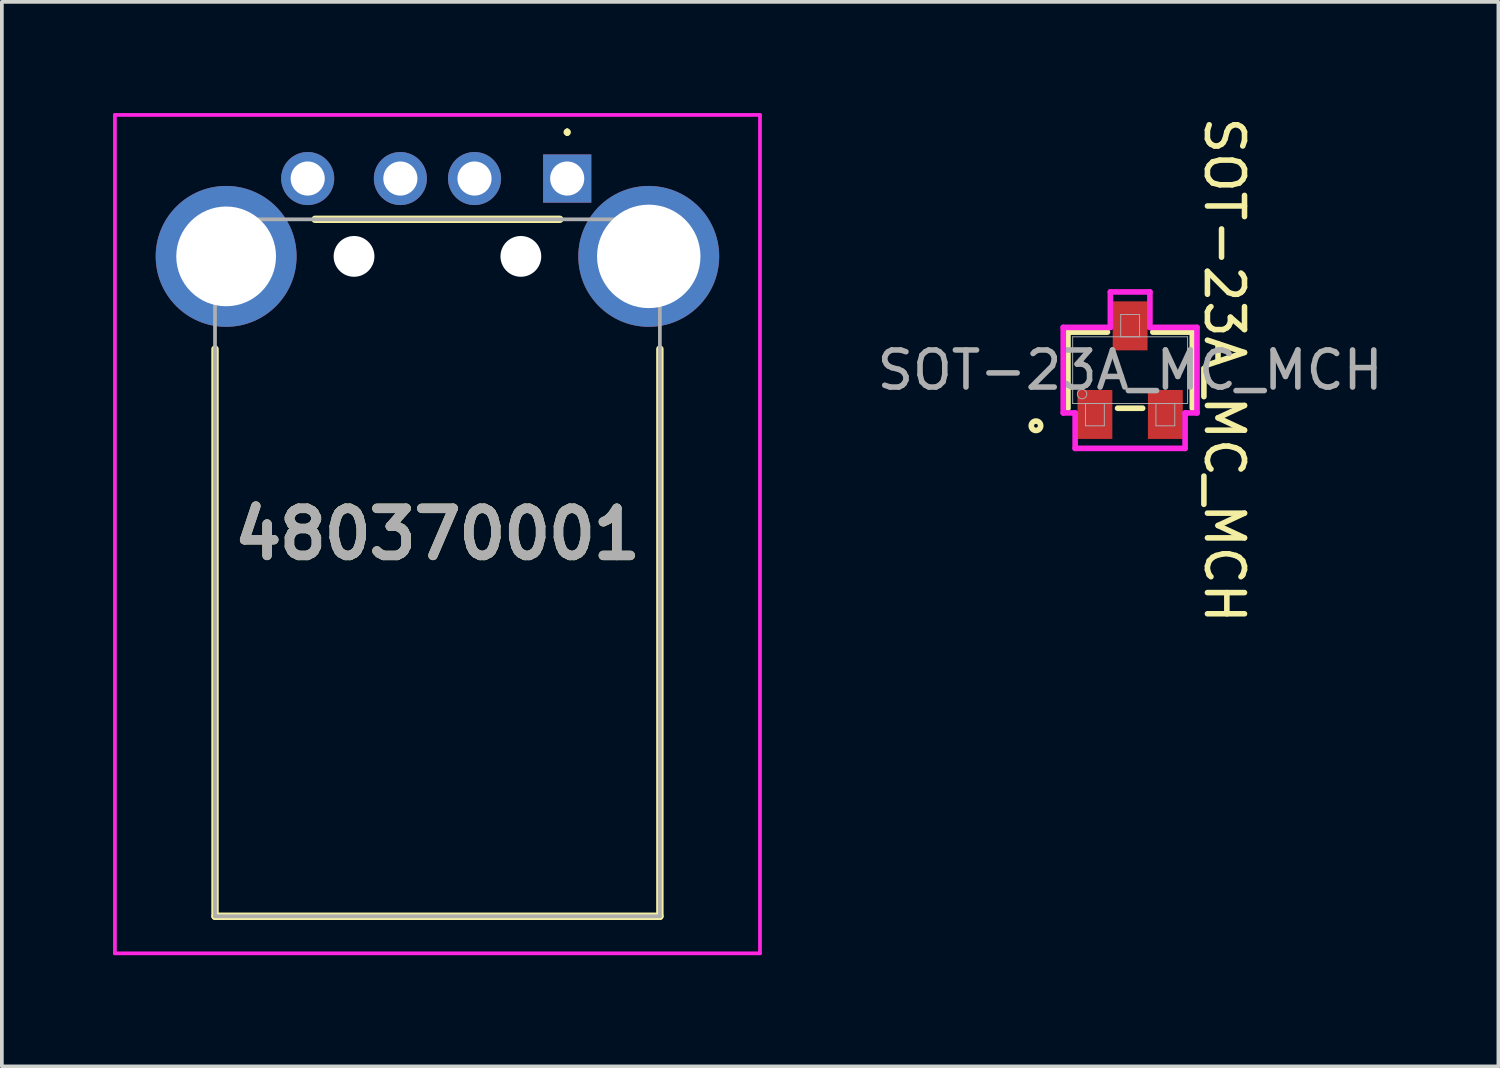
<source format=kicad_pcb>
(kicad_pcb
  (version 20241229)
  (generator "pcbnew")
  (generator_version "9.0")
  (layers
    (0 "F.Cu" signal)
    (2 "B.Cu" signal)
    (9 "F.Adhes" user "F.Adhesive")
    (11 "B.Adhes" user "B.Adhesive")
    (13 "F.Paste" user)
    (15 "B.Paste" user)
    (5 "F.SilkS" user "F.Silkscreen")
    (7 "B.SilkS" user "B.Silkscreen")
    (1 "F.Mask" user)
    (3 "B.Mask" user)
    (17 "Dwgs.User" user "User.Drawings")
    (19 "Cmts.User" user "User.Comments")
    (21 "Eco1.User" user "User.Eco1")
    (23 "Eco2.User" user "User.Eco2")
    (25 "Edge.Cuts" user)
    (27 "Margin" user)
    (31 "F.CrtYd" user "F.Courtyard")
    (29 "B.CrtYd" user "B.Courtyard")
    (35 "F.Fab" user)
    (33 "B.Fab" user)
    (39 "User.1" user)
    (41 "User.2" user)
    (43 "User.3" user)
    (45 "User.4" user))
  (footprint "480370001"
    (layer "F.Cu")
    (at 12.25 1.766)
    (property "Reference" "480370001" (at -3.5 9.592 0) (layer "F.SilkS") (effects (font (size 1.27 1.27) (thickness 0.254))))
    (attr through_hole)
    (fp_line (start -9.5 4.6) (end -9.5 19.9) (stroke (width 0.2) (type solid)) (layer "F.SilkS"))
    (fp_line (start -9.5 19.9) (end 2.5 19.9) (stroke (width 0.2) (type solid)) (layer "F.SilkS"))
    (fp_line (start -6.8 1.1) (end -0.2 1.1) (stroke (width 0.2) (type solid)) (layer "F.SilkS"))
    (fp_line (start 0 -1.3) (end 0 -1.3) (stroke (width 0.1) (type solid)) (layer "F.SilkS"))
    (fp_line (start 0 -1.2) (end 0 -1.2) (stroke (width 0.1) (type solid)) (layer "F.SilkS"))
    (fp_line (start 2.5 19.9) (end 2.5 4.6) (stroke (width 0.2) (type solid)) (layer "F.SilkS"))
    (fp_arc (start 0 -1.3) (mid 0.05 -1.25) (end 0 -1.2) (stroke (width 0.1) (type solid)) (layer "F.SilkS"))
    (fp_arc (start 0 -1.2) (mid -0.05 -1.25) (end 0 -1.3) (stroke (width 0.1) (type solid)) (layer "F.SilkS"))
    (fp_line (start -12.2 -1.716) (end 5.2 -1.716) (stroke (width 0.1) (type solid)) (layer "F.CrtYd"))
    (fp_line (start -12.2 20.9) (end -12.2 -1.716) (stroke (width 0.1) (type solid)) (layer "F.CrtYd"))
    (fp_line (start 5.2 -1.716) (end 5.2 20.9) (stroke (width 0.1) (type solid)) (layer "F.CrtYd"))
    (fp_line (start 5.2 20.9) (end -12.2 20.9) (stroke (width 0.1) (type solid)) (layer "F.CrtYd"))
    (fp_line (start -9.5 1.1) (end -9.5 19.9) (stroke (width 0.1) (type solid)) (layer "F.Fab"))
    (fp_line (start -9.5 19.9) (end 2.5 19.9) (stroke (width 0.1) (type solid)) (layer "F.Fab"))
    (fp_line (start 2.5 1.1) (end -9.5 1.1) (stroke (width 0.1) (type solid)) (layer "F.Fab"))
    (fp_line (start 2.5 19.9) (end 2.5 1.1) (stroke (width 0.1) (type solid)) (layer "F.Fab"))
    (fp_text user "${REFERENCE}" (at -3.5 9.592 0) (layer "F.Fab") (effects (font (size 1.27 1.27) (thickness 0.254))))
    (pad "" np_thru_hole circle (at -5.75 2.1) (size 1.1 1.1) (drill 1.1) (layers "*.Cu" "*.Mask"))
    (pad "" np_thru_hole circle (at -1.25 2.1) (size 1.1 1.1) (drill 1.1) (layers "*.Cu" "*.Mask"))
    (pad "1" thru_hole rect (at 0 0) (size 1.3 1.3) (drill 0.92) (layers "*.Cu" "*.Mask"))
    (pad "2" thru_hole circle (at -2.5 0) (size 1.431 1.431) (drill 0.92) (layers "*.Cu" "*.Mask"))
    (pad "3" thru_hole circle (at -4.5 0) (size 1.431 1.431) (drill 0.92) (layers "*.Cu" "*.Mask"))
    (pad "4" thru_hole circle (at -7 0) (size 1.431 1.431) (drill 0.92) (layers "*.Cu" "*.Mask"))
    (pad "MH1" thru_hole circle (at 2.2 2.1) (size 3.8 3.8) (drill 2.79) (layers "*.Cu" "*.Mask"))
    (pad "MH2" thru_hole circle (at -9.2 2.1) (size 3.8 3.8) (drill 2.69) (layers "*.Cu" "*.Mask")))
  (footprint "SOT-23A_MC_MCH"
    (layer "F.Cu")
    (at 27.435 6.935)
    (property "Reference" "SOT-23A_MC_MCH" (at 2.54 0 270) (unlocked yes) (layer "F.SilkS") (effects (font (size 1 1) (thickness 0.15))))
    (attr smd)
    (fp_line (start -1.677 -1.027) (end -1.677 1.027) (stroke (width 0.152) (type solid)) (layer "F.SilkS"))
    (fp_line (start -0.612 -1.027) (end -1.677 -1.027) (stroke (width 0.152) (type solid)) (layer "F.SilkS"))
    (fp_line (start -0.338 1.027) (end 0.338 1.027) (stroke (width 0.152) (type solid)) (layer "F.SilkS"))
    (fp_line (start 1.677 -1.027) (end 0.612 -1.027) (stroke (width 0.152) (type solid)) (layer "F.SilkS"))
    (fp_line (start 1.677 1.027) (end 1.677 -1.027) (stroke (width 0.152) (type solid)) (layer "F.SilkS"))
    (fp_circle (center -2.54 1.5) (end -2.413 1.5) (stroke (width 0.152) (type solid)) (fill no) (layer "F.SilkS"))
    (fp_line (start -1.804 -1.154) (end -0.533 -1.154) (stroke (width 0.152) (type solid)) (layer "F.CrtYd"))
    (fp_line (start -1.804 1.154) (end -1.804 -1.154) (stroke (width 0.152) (type solid)) (layer "F.CrtYd"))
    (fp_line (start -1.804 1.154) (end -1.483 1.154) (stroke (width 0.152) (type solid)) (layer "F.CrtYd"))
    (fp_line (start -1.483 1.154) (end -1.483 2.11) (stroke (width 0.152) (type solid)) (layer "F.CrtYd"))
    (fp_line (start -1.483 2.11) (end 1.483 2.11) (stroke (width 0.152) (type solid)) (layer "F.CrtYd"))
    (fp_line (start -0.533 -2.11) (end 0.533 -2.11) (stroke (width 0.152) (type solid)) (layer "F.CrtYd"))
    (fp_line (start -0.533 -1.154) (end -0.533 -2.11) (stroke (width 0.152) (type solid)) (layer "F.CrtYd"))
    (fp_line (start 0.533 -1.154) (end 0.533 -2.11) (stroke (width 0.152) (type solid)) (layer "F.CrtYd"))
    (fp_line (start 1.483 1.154) (end 1.483 2.11) (stroke (width 0.152) (type solid)) (layer "F.CrtYd"))
    (fp_line (start 1.804 -1.154) (end 0.533 -1.154) (stroke (width 0.152) (type solid)) (layer "F.CrtYd"))
    (fp_line (start 1.804 -1.154) (end 1.804 1.154) (stroke (width 0.152) (type solid)) (layer "F.CrtYd"))
    (fp_line (start 1.804 1.154) (end 1.483 1.154) (stroke (width 0.152) (type solid)) (layer "F.CrtYd"))
    (fp_line (start -1.55 -0.9) (end -1.55 0.9) (stroke (width 0.025) (type solid)) (layer "F.Fab"))
    (fp_line (start -1.55 0.9) (end 1.55 0.9) (stroke (width 0.025) (type solid)) (layer "F.Fab"))
    (fp_line (start -1.204 0.9) (end -1.204 1.5) (stroke (width 0.025) (type solid)) (layer "F.Fab"))
    (fp_line (start -1.204 1.5) (end -0.696 1.5) (stroke (width 0.025) (type solid)) (layer "F.Fab"))
    (fp_line (start -0.696 0.9) (end -1.204 0.9) (stroke (width 0.025) (type solid)) (layer "F.Fab"))
    (fp_line (start -0.696 1.5) (end -0.696 0.9) (stroke (width 0.025) (type solid)) (layer "F.Fab"))
    (fp_line (start -0.254 -1.5) (end -0.254 -0.9) (stroke (width 0.025) (type solid)) (layer "F.Fab"))
    (fp_line (start -0.254 -0.9) (end 0.254 -0.9) (stroke (width 0.025) (type solid)) (layer "F.Fab"))
    (fp_line (start 0.254 -1.5) (end -0.254 -1.5) (stroke (width 0.025) (type solid)) (layer "F.Fab"))
    (fp_line (start 0.254 -0.9) (end 0.254 -1.5) (stroke (width 0.025) (type solid)) (layer "F.Fab"))
    (fp_line (start 0.696 0.9) (end 0.696 1.5) (stroke (width 0.025) (type solid)) (layer "F.Fab"))
    (fp_line (start 0.696 1.5) (end 1.204 1.5) (stroke (width 0.025) (type solid)) (layer "F.Fab"))
    (fp_line (start 1.204 0.9) (end 0.696 0.9) (stroke (width 0.025) (type solid)) (layer "F.Fab"))
    (fp_line (start 1.204 1.5) (end 1.204 0.9) (stroke (width 0.025) (type solid)) (layer "F.Fab"))
    (fp_line (start 1.55 -0.9) (end -1.55 -0.9) (stroke (width 0.025) (type solid)) (layer "F.Fab"))
    (fp_line (start 1.55 0.9) (end 1.55 -0.9) (stroke (width 0.025) (type solid)) (layer "F.Fab"))
    (fp_circle (center -1.296 0.646) (end -1.169 0.646) (stroke (width 0.025) (type solid)) (fill no) (layer "F.Fab"))
    (fp_text user "${REFERENCE}" (at 0 0 0) (unlocked yes) (layer "F.Fab") (effects (font (size 1 1) (thickness 0.15))))
    (pad "1" smd rect (at -0.95 1.195) (size 0.94 1.321) (layers "F.Cu" "F.Mask" "F.Paste"))
    (pad "2" smd rect (at 0.95 1.195) (size 0.94 1.321) (layers "F.Cu" "F.Mask" "F.Paste"))
    (pad "3" smd rect (at 0 -1.195) (size 0.94 1.321) (layers "F.Cu" "F.Mask" "F.Paste")))
  (gr_rect
    (start -3 -3)
    (end 37.369 25.716)
    (stroke (width 0.1) (type default))
    (fill no)
    (layer "Edge.Cuts")))
</source>
